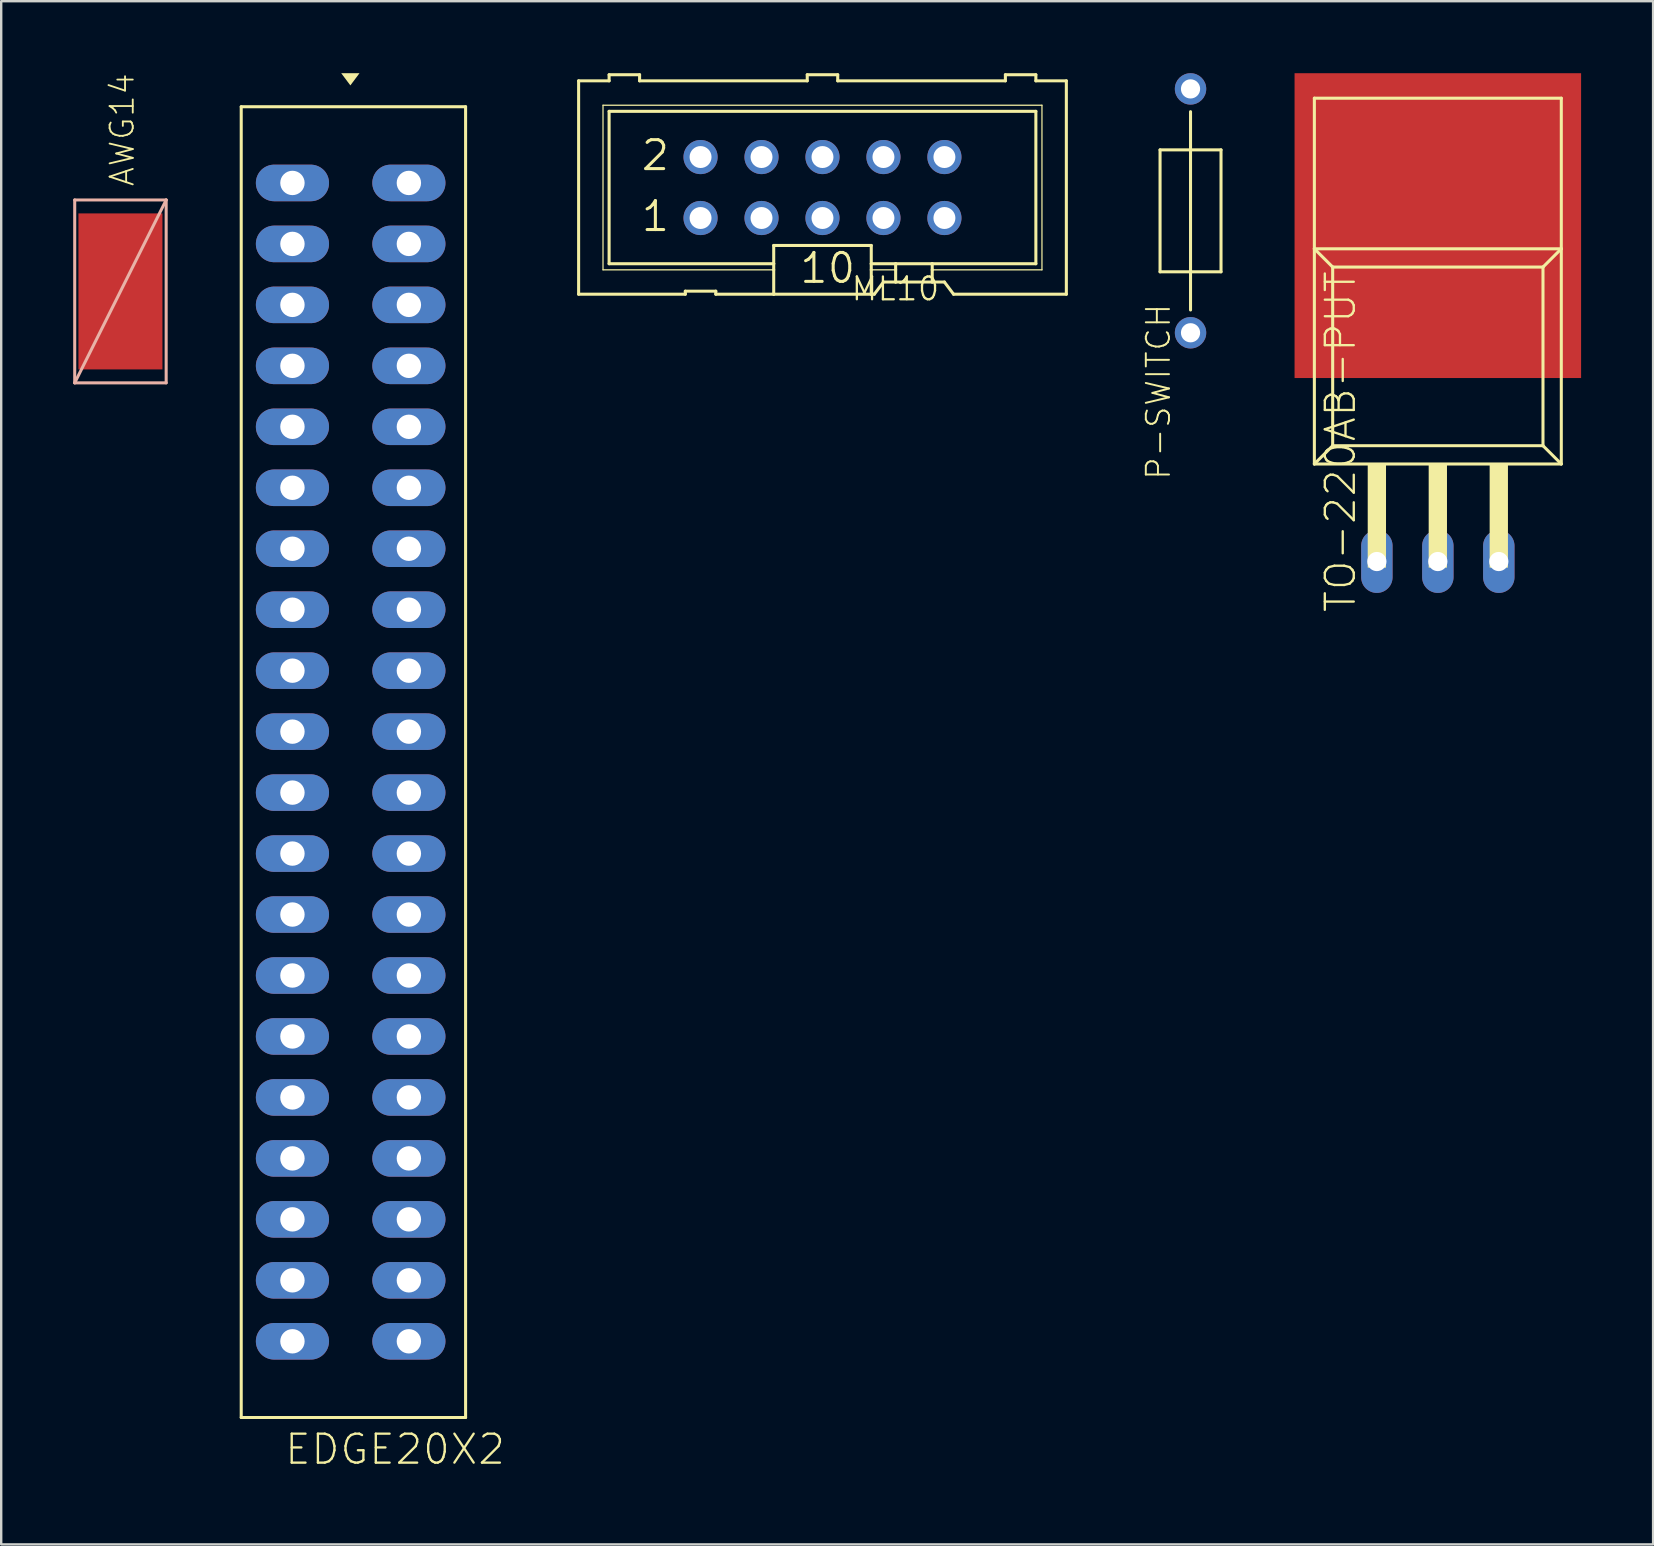
<source format=kicad_pcb>
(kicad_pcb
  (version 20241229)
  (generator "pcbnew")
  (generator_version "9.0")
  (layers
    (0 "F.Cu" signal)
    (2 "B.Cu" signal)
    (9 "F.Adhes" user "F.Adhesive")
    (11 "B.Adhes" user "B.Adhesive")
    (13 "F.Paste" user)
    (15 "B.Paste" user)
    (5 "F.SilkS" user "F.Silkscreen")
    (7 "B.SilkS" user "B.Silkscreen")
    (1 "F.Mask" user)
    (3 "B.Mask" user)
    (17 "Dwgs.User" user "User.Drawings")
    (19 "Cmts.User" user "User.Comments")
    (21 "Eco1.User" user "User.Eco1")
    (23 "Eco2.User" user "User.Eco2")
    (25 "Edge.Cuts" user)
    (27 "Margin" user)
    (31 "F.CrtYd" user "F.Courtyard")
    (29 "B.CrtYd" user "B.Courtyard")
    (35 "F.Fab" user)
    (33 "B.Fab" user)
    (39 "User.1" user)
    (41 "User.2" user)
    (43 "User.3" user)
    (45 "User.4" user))
  (footprint "EDGE20X2"
    (layer "F.Cu")
    (at 11.674 27.432)
    (property "Reference" "EDGE20X2" (at -2.921 30.607 180) (layer "F.SilkS") (effects (font (size 1.206 1.206) (thickness 0.097)) (justify left bottom)))
    (attr through_hole)
    (fp_line (start -4.674 -26.035) (end 4.674 -26.035) (stroke (width 0.127) (type solid)) (layer "F.SilkS"))
    (fp_line (start -4.674 28.575) (end -4.674 -26.035) (stroke (width 0.127) (type solid)) (layer "F.SilkS"))
    (fp_line (start 4.674 -26.035) (end 4.674 28.575) (stroke (width 0.127) (type solid)) (layer "F.SilkS"))
    (fp_line (start 4.674 28.575) (end -4.674 28.575) (stroke (width 0.127) (type solid)) (layer "F.SilkS"))
    (fp_poly (pts (xy -0.508 -27.432) (xy -0.127 -26.924) (xy 0.254 -27.432)) (stroke (width 0) (type solid)) (fill yes) (layer "F.SilkS"))
    (pad "P$1" thru_hole oval (at -2.54 -22.86) (size 3.048 1.524) (drill 1.016) (layers "*.Cu" "*.Mask"))
    (pad "P$2" thru_hole oval (at -2.54 -20.32) (size 3.048 1.524) (drill 1.016) (layers "*.Cu" "*.Mask"))
    (pad "P$3" thru_hole oval (at -2.54 -17.78) (size 3.048 1.524) (drill 1.016) (layers "*.Cu" "*.Mask"))
    (pad "P$4" thru_hole oval (at -2.54 -15.24) (size 3.048 1.524) (drill 1.016) (layers "*.Cu" "*.Mask"))
    (pad "P$5" thru_hole oval (at -2.54 -12.7) (size 3.048 1.524) (drill 1.016) (layers "*.Cu" "*.Mask"))
    (pad "P$6" thru_hole oval (at -2.54 -10.16) (size 3.048 1.524) (drill 1.016) (layers "*.Cu" "*.Mask"))
    (pad "P$7" thru_hole oval (at -2.54 -7.62) (size 3.048 1.524) (drill 1.016) (layers "*.Cu" "*.Mask"))
    (pad "P$8" thru_hole oval (at -2.54 -5.08) (size 3.048 1.524) (drill 1.016) (layers "*.Cu" "*.Mask"))
    (pad "P$9" thru_hole oval (at -2.54 -2.54) (size 3.048 1.524) (drill 1.016) (layers "*.Cu" "*.Mask"))
    (pad "P$10" thru_hole oval (at -2.54 0) (size 3.048 1.524) (drill 1.016) (layers "*.Cu" "*.Mask"))
    (pad "P$11" thru_hole oval (at -2.54 2.54) (size 3.048 1.524) (drill 1.016) (layers "*.Cu" "*.Mask"))
    (pad "P$12" thru_hole oval (at -2.54 5.08) (size 3.048 1.524) (drill 1.016) (layers "*.Cu" "*.Mask"))
    (pad "P$13" thru_hole oval (at -2.54 7.62) (size 3.048 1.524) (drill 1.016) (layers "*.Cu" "*.Mask"))
    (pad "P$14" thru_hole oval (at -2.54 10.16) (size 3.048 1.524) (drill 1.016) (layers "*.Cu" "*.Mask"))
    (pad "P$15" thru_hole oval (at -2.54 12.7) (size 3.048 1.524) (drill 1.016) (layers "*.Cu" "*.Mask"))
    (pad "P$16" thru_hole oval (at -2.54 15.24) (size 3.048 1.524) (drill 1.016) (layers "*.Cu" "*.Mask"))
    (pad "P$17" thru_hole oval (at -2.54 17.78) (size 3.048 1.524) (drill 1.016) (layers "*.Cu" "*.Mask"))
    (pad "P$18" thru_hole oval (at -2.54 20.32) (size 3.048 1.524) (drill 1.016) (layers "*.Cu" "*.Mask"))
    (pad "P$19" thru_hole oval (at -2.54 22.86) (size 3.048 1.524) (drill 1.016) (layers "*.Cu" "*.Mask"))
    (pad "P$20" thru_hole oval (at -2.54 25.4) (size 3.048 1.524) (drill 1.016) (layers "*.Cu" "*.Mask"))
    (pad "P$21" thru_hole oval (at 2.311 25.4) (size 3.048 1.524) (drill 1.016) (layers "*.Cu" "*.Mask"))
    (pad "P$22" thru_hole oval (at 2.311 22.86) (size 3.048 1.524) (drill 1.016) (layers "*.Cu" "*.Mask"))
    (pad "P$23" thru_hole oval (at 2.311 20.32) (size 3.048 1.524) (drill 1.016) (layers "*.Cu" "*.Mask"))
    (pad "P$24" thru_hole oval (at 2.311 17.78) (size 3.048 1.524) (drill 1.016) (layers "*.Cu" "*.Mask"))
    (pad "P$25" thru_hole oval (at 2.311 15.24) (size 3.048 1.524) (drill 1.016) (layers "*.Cu" "*.Mask"))
    (pad "P$26" thru_hole oval (at 2.311 12.7) (size 3.048 1.524) (drill 1.016) (layers "*.Cu" "*.Mask"))
    (pad "P$27" thru_hole oval (at 2.311 10.16) (size 3.048 1.524) (drill 1.016) (layers "*.Cu" "*.Mask"))
    (pad "P$28" thru_hole oval (at 2.311 7.62) (size 3.048 1.524) (drill 1.016) (layers "*.Cu" "*.Mask"))
    (pad "P$29" thru_hole oval (at 2.311 5.08) (size 3.048 1.524) (drill 1.016) (layers "*.Cu" "*.Mask"))
    (pad "P$30" thru_hole oval (at 2.311 2.54) (size 3.048 1.524) (drill 1.016) (layers "*.Cu" "*.Mask"))
    (pad "P$31" thru_hole oval (at 2.311 0) (size 3.048 1.524) (drill 1.016) (layers "*.Cu" "*.Mask"))
    (pad "P$32" thru_hole oval (at 2.311 -2.54) (size 3.048 1.524) (drill 1.016) (layers "*.Cu" "*.Mask"))
    (pad "P$33" thru_hole oval (at 2.311 -5.08) (size 3.048 1.524) (drill 1.016) (layers "*.Cu" "*.Mask"))
    (pad "P$34" thru_hole oval (at 2.311 -7.62) (size 3.048 1.524) (drill 1.016) (layers "*.Cu" "*.Mask"))
    (pad "P$35" thru_hole oval (at 2.311 -10.16) (size 3.048 1.524) (drill 1.016) (layers "*.Cu" "*.Mask"))
    (pad "P$36" thru_hole oval (at 2.311 -12.7) (size 3.048 1.524) (drill 1.016) (layers "*.Cu" "*.Mask"))
    (pad "P$37" thru_hole oval (at 2.311 -15.24) (size 3.048 1.524) (drill 1.016) (layers "*.Cu" "*.Mask"))
    (pad "P$38" thru_hole oval (at 2.311 -17.78) (size 3.048 1.524) (drill 1.016) (layers "*.Cu" "*.Mask"))
    (pad "P$39" thru_hole oval (at 2.311 -20.32) (size 3.048 1.524) (drill 1.016) (layers "*.Cu" "*.Mask"))
    (pad "P$40" thru_hole oval (at 2.311 -22.86) (size 3.048 1.524) (drill 1.016) (layers "*.Cu" "*.Mask")))
  (footprint "TO-220AB-PUT"
    (layer "F.Cu")
    (at 56.854 15.265)
    (property "Reference" "TO-220AB-PUT" (at -3.35 7.27 90) (layer "F.SilkS") (effects (font (size 1.206 1.206) (thickness 0.097)) (justify left bottom)))
    (attr through_hole)
    (fp_line (start -5.144 -14.224) (end -5.144 -7.95) (stroke (width 0.127) (type solid)) (layer "F.SilkS"))
    (fp_line (start -5.144 -7.95) (end -5.144 1.016) (stroke (width 0.127) (type solid)) (layer "F.SilkS"))
    (fp_line (start -5.144 -7.95) (end -4.381 -7.188) (stroke (width 0.127) (type solid)) (layer "F.SilkS"))
    (fp_line (start -5.144 -7.95) (end 5.144 -7.95) (stroke (width 0.127) (type solid)) (layer "F.SilkS"))
    (fp_line (start -5.144 1.016) (end -4.381 0.254) (stroke (width 0.127) (type solid)) (layer "F.SilkS"))
    (fp_line (start -5.144 1.016) (end 5.144 1.016) (stroke (width 0.127) (type solid)) (layer "F.SilkS"))
    (fp_line (start -4.381 -7.188) (end -4.381 0.254) (stroke (width 0.127) (type solid)) (layer "F.SilkS"))
    (fp_line (start -4.381 0.254) (end 4.381 0.254) (stroke (width 0.127) (type solid)) (layer "F.SilkS"))
    (fp_line (start 4.381 -7.188) (end -4.381 -7.188) (stroke (width 0.127) (type solid)) (layer "F.SilkS"))
    (fp_line (start 4.381 0.254) (end 4.381 -7.188) (stroke (width 0.127) (type solid)) (layer "F.SilkS"))
    (fp_line (start 5.144 -14.224) (end -5.144 -14.224) (stroke (width 0.127) (type solid)) (layer "F.SilkS"))
    (fp_line (start 5.144 -7.95) (end 4.381 -7.188) (stroke (width 0.127) (type solid)) (layer "F.SilkS"))
    (fp_line (start 5.144 -7.95) (end 5.144 -14.224) (stroke (width 0.127) (type solid)) (layer "F.SilkS"))
    (fp_line (start 5.144 1.016) (end 4.381 0.254) (stroke (width 0.127) (type solid)) (layer "F.SilkS"))
    (fp_line (start 5.144 1.016) (end 5.144 -7.95) (stroke (width 0.127) (type solid)) (layer "F.SilkS"))
    (fp_poly (pts (xy -2.921 5.334) (xy -2.159 5.334) (xy -2.159 1.016) (xy -2.921 1.016)) (stroke (width 0) (type solid)) (fill yes) (layer "F.SilkS"))
    (fp_poly (pts (xy -0.381 5.334) (xy 0.381 5.334) (xy 0.381 1.016) (xy -0.381 1.016)) (stroke (width 0) (type solid)) (fill yes) (layer "F.SilkS"))
    (fp_poly (pts (xy 2.159 5.334) (xy 2.921 5.334) (xy 2.921 1.016) (xy 2.159 1.016)) (stroke (width 0) (type solid)) (fill yes) (layer "F.SilkS"))
    (pad "D" thru_hole oval (at 0 5.08 90) (size 2.616 1.308) (drill 0.8) (layers "*.Cu" "*.Mask"))
    (pad "G" thru_hole oval (at -2.54 5.08 90) (size 2.616 1.308) (drill 0.8) (layers "*.Cu" "*.Mask"))
    (pad "P$1" smd rect (at 0 -8.915 90) (size 12.7 11.938) (layers "F.Cu" "F.Mask" "F.Paste"))
    (pad "S" thru_hole oval (at 2.54 5.08 90) (size 2.616 1.308) (drill 0.8) (layers "*.Cu" "*.Mask")))
  (footprint "P-SWITCH"
    (layer "F.Cu")
    (at 46.551 8.274)
    (property "Reference" "P-SWITCH" (at -1.905 1.27 90) (layer "F.SilkS") (effects (font (size 0.965 0.965) (thickness 0.081)) (justify right top)))
    (attr through_hole)
    (fp_line (start -1.27 -5.08) (end -1.27 0) (stroke (width 0.127) (type solid)) (layer "F.SilkS"))
    (fp_line (start -1.27 0) (end 1.27 0) (stroke (width 0.127) (type solid)) (layer "F.SilkS"))
    (fp_line (start 0 1.591) (end 0 -6.671) (stroke (width 0.127) (type solid)) (layer "F.SilkS"))
    (fp_line (start 1.27 -5.08) (end -1.27 -5.08) (stroke (width 0.127) (type solid)) (layer "F.SilkS"))
    (fp_line (start 1.27 0) (end 1.27 -5.08) (stroke (width 0.127) (type solid)) (layer "F.SilkS"))
    (pad "P$1" thru_hole circle (at 0 2.54) (size 1.308 1.308) (drill 0.8) (layers "*.Cu" "*.Mask"))
    (pad "P$2" thru_hole circle (at 0 -7.62) (size 1.308 1.308) (drill 0.8) (layers "*.Cu" "*.Mask")))
  (footprint "AWG14"
    (layer "F.Cu")
    (at 1.968 9.091)
    (property "Reference" "AWG14" (at 0.635 -4.318 270) (layer "F.SilkS") (effects (font (size 0.965 0.965) (thickness 0.077)) (justify left bottom)))
    (attr through_hole)
    (fp_line (start -1.905 -3.81) (end -1.905 3.81) (stroke (width 0.127) (type solid)) (layer "B.SilkS"))
    (fp_line (start -1.905 3.81) (end 1.905 3.81) (stroke (width 0.127) (type solid)) (layer "B.SilkS"))
    (fp_line (start 1.905 -3.81) (end -1.905 -3.81) (stroke (width 0.127) (type solid)) (layer "B.SilkS"))
    (fp_line (start 1.905 -3.81) (end -1.905 3.81) (stroke (width 0.127) (type solid)) (layer "B.SilkS"))
    (fp_line (start 1.905 3.81) (end 1.905 -3.81) (stroke (width 0.127) (type solid)) (layer "B.SilkS"))
    (pad "P$1" smd rect (at 0 0 90) (size 6.5 3.5) (layers "F.Cu" "F.Mask" "F.Paste")))
  (footprint "ML10"
    (layer "F.Cu")
    (at 31.217 4.763)
    (property "Reference" "ML10" (at 1.143 4.776 180) (layer "F.SilkS") (effects (font (size 0.95 0.95) (thickness 0.095)) (justify left bottom)))
    (attr through_hole)
    (fp_line (start -10.16 -4.445) (end -10.16 4.445) (stroke (width 0.127) (type solid)) (layer "F.SilkS"))
    (fp_line (start -10.16 -4.445) (end -8.89 -4.445) (stroke (width 0.127) (type solid)) (layer "F.SilkS"))
    (fp_line (start -9.144 -3.429) (end -9.144 3.429) (stroke (width 0.051) (type solid)) (layer "F.SilkS"))
    (fp_line (start -9.144 3.429) (end -2.032 3.429) (stroke (width 0.051) (type solid)) (layer "F.SilkS"))
    (fp_line (start -8.89 -4.699) (end -8.89 -4.445) (stroke (width 0.127) (type solid)) (layer "F.SilkS"))
    (fp_line (start -8.89 -3.175) (end -8.89 3.175) (stroke (width 0.127) (type solid)) (layer "F.SilkS"))
    (fp_line (start -8.89 -3.175) (end 8.89 -3.175) (stroke (width 0.127) (type solid)) (layer "F.SilkS"))
    (fp_line (start -7.62 -4.699) (end -8.89 -4.699) (stroke (width 0.127) (type solid)) (layer "F.SilkS"))
    (fp_line (start -7.62 -4.699) (end -7.62 -4.445) (stroke (width 0.127) (type solid)) (layer "F.SilkS"))
    (fp_line (start -7.62 -4.445) (end -0.635 -4.445) (stroke (width 0.127) (type solid)) (layer "F.SilkS"))
    (fp_line (start -5.715 4.445) (end -10.16 4.445) (stroke (width 0.127) (type solid)) (layer "F.SilkS"))
    (fp_line (start -5.715 4.445) (end -5.715 4.318) (stroke (width 0.127) (type solid)) (layer "F.SilkS"))
    (fp_line (start -4.445 4.318) (end -5.715 4.318) (stroke (width 0.127) (type solid)) (layer "F.SilkS"))
    (fp_line (start -4.445 4.318) (end -4.445 4.445) (stroke (width 0.127) (type solid)) (layer "F.SilkS"))
    (fp_line (start -2.032 3.175) (end -8.89 3.175) (stroke (width 0.127) (type solid)) (layer "F.SilkS"))
    (fp_line (start -2.032 3.175) (end -2.032 2.413) (stroke (width 0.127) (type solid)) (layer "F.SilkS"))
    (fp_line (start -2.032 3.175) (end -2.032 3.429) (stroke (width 0.127) (type solid)) (layer "F.SilkS"))
    (fp_line (start -2.032 3.429) (end -2.032 4.445) (stroke (width 0.127) (type solid)) (layer "F.SilkS"))
    (fp_line (start -2.032 4.445) (end -4.445 4.445) (stroke (width 0.127) (type solid)) (layer "F.SilkS"))
    (fp_line (start -0.635 -4.699) (end -0.635 -4.445) (stroke (width 0.127) (type solid)) (layer "F.SilkS"))
    (fp_line (start 0.635 -4.699) (end -0.635 -4.699) (stroke (width 0.127) (type solid)) (layer "F.SilkS"))
    (fp_line (start 0.635 -4.699) (end 0.635 -4.445) (stroke (width 0.127) (type solid)) (layer "F.SilkS"))
    (fp_line (start 0.635 -4.445) (end 7.62 -4.445) (stroke (width 0.127) (type solid)) (layer "F.SilkS"))
    (fp_line (start 2.032 2.413) (end -2.032 2.413) (stroke (width 0.127) (type solid)) (layer "F.SilkS"))
    (fp_line (start 2.032 2.413) (end 2.032 3.175) (stroke (width 0.127) (type solid)) (layer "F.SilkS"))
    (fp_line (start 2.032 3.175) (end 2.032 3.429) (stroke (width 0.127) (type solid)) (layer "F.SilkS"))
    (fp_line (start 2.032 3.429) (end 2.032 4.445) (stroke (width 0.127) (type solid)) (layer "F.SilkS"))
    (fp_line (start 2.032 4.445) (end -2.032 4.445) (stroke (width 0.127) (type solid)) (layer "F.SilkS"))
    (fp_line (start 2.159 4.445) (end 2.032 4.445) (stroke (width 0.127) (type solid)) (layer "F.SilkS"))
    (fp_line (start 2.159 4.445) (end 2.54 3.937) (stroke (width 0.127) (type solid)) (layer "F.SilkS"))
    (fp_line (start 3.048 3.175) (end 2.032 3.175) (stroke (width 0.127) (type solid)) (layer "F.SilkS"))
    (fp_line (start 3.048 3.175) (end 3.048 3.429) (stroke (width 0.127) (type solid)) (layer "F.SilkS"))
    (fp_line (start 3.048 3.429) (end 2.032 3.429) (stroke (width 0.051) (type solid)) (layer "F.SilkS"))
    (fp_line (start 3.048 3.429) (end 3.048 3.937) (stroke (width 0.127) (type solid)) (layer "F.SilkS"))
    (fp_line (start 3.048 3.937) (end 2.54 3.937) (stroke (width 0.127) (type solid)) (layer "F.SilkS"))
    (fp_line (start 4.572 3.175) (end 3.048 3.175) (stroke (width 0.127) (type solid)) (layer "F.SilkS"))
    (fp_line (start 4.572 3.175) (end 4.572 3.429) (stroke (width 0.127) (type solid)) (layer "F.SilkS"))
    (fp_line (start 4.572 3.429) (end 4.572 3.937) (stroke (width 0.127) (type solid)) (layer "F.SilkS"))
    (fp_line (start 4.572 3.429) (end 9.144 3.429) (stroke (width 0.051) (type solid)) (layer "F.SilkS"))
    (fp_line (start 4.572 3.937) (end 3.048 3.937) (stroke (width 0.127) (type solid)) (layer "F.SilkS"))
    (fp_line (start 5.08 3.937) (end 4.572 3.937) (stroke (width 0.127) (type solid)) (layer "F.SilkS"))
    (fp_line (start 5.08 3.937) (end 5.461 4.445) (stroke (width 0.127) (type solid)) (layer "F.SilkS"))
    (fp_line (start 7.62 -4.445) (end 7.62 -4.699) (stroke (width 0.127) (type solid)) (layer "F.SilkS"))
    (fp_line (start 8.89 -4.699) (end 7.62 -4.699) (stroke (width 0.127) (type solid)) (layer "F.SilkS"))
    (fp_line (start 8.89 -4.445) (end 8.89 -4.699) (stroke (width 0.127) (type solid)) (layer "F.SilkS"))
    (fp_line (start 8.89 -4.445) (end 10.16 -4.445) (stroke (width 0.127) (type solid)) (layer "F.SilkS"))
    (fp_line (start 8.89 3.175) (end 4.572 3.175) (stroke (width 0.127) (type solid)) (layer "F.SilkS"))
    (fp_line (start 8.89 3.175) (end 8.89 -3.175) (stroke (width 0.127) (type solid)) (layer "F.SilkS"))
    (fp_line (start 9.144 -3.429) (end -9.144 -3.429) (stroke (width 0.051) (type solid)) (layer "F.SilkS"))
    (fp_line (start 9.144 3.429) (end 9.144 -3.429) (stroke (width 0.051) (type solid)) (layer "F.SilkS"))
    (fp_line (start 10.16 4.445) (end 5.461 4.445) (stroke (width 0.127) (type solid)) (layer "F.SilkS"))
    (fp_line (start 10.16 4.445) (end 10.16 -4.445) (stroke (width 0.127) (type solid)) (layer "F.SilkS"))
    (fp_poly (pts (xy -5.334 -1.016) (xy -4.826 -1.016) (xy -4.826 -1.524) (xy -5.334 -1.524)) (stroke (width 0.1) (type solid)) (fill no) (layer "F.Fab"))
    (fp_poly (pts (xy -5.334 1.524) (xy -4.826 1.524) (xy -4.826 1.016) (xy -5.334 1.016)) (stroke (width 0.1) (type solid)) (fill no) (layer "F.Fab"))
    (fp_poly (pts (xy -2.794 -1.016) (xy -2.286 -1.016) (xy -2.286 -1.524) (xy -2.794 -1.524)) (stroke (width 0.1) (type solid)) (fill no) (layer "F.Fab"))
    (fp_poly (pts (xy -2.794 1.524) (xy -2.286 1.524) (xy -2.286 1.016) (xy -2.794 1.016)) (stroke (width 0.1) (type solid)) (fill no) (layer "F.Fab"))
    (fp_poly (pts (xy -0.254 -1.016) (xy 0.254 -1.016) (xy 0.254 -1.524) (xy -0.254 -1.524)) (stroke (width 0.1) (type solid)) (fill no) (layer "F.Fab"))
    (fp_poly (pts (xy -0.254 1.524) (xy 0.254 1.524) (xy 0.254 1.016) (xy -0.254 1.016)) (stroke (width 0.1) (type solid)) (fill no) (layer "F.Fab"))
    (fp_poly (pts (xy 2.286 -1.016) (xy 2.794 -1.016) (xy 2.794 -1.524) (xy 2.286 -1.524)) (stroke (width 0.1) (type solid)) (fill no) (layer "F.Fab"))
    (fp_poly (pts (xy 2.286 1.524) (xy 2.794 1.524) (xy 2.794 1.016) (xy 2.286 1.016)) (stroke (width 0.1) (type solid)) (fill no) (layer "F.Fab"))
    (fp_poly (pts (xy 4.826 -1.016) (xy 5.334 -1.016) (xy 5.334 -1.524) (xy 4.826 -1.524)) (stroke (width 0.1) (type solid)) (fill no) (layer "F.Fab"))
    (fp_poly (pts (xy 4.826 1.524) (xy 5.334 1.524) (xy 5.334 1.016) (xy 4.826 1.016)) (stroke (width 0.1) (type solid)) (fill no) (layer "F.Fab"))
    (fp_text user "10" (at -1.016 4.064 0) (layer "F.SilkS") (effects (font (size 1.206 1.206) (thickness 0.127)) (justify left bottom)))
    (fp_text user "2" (at -7.62 -0.635 0) (layer "F.SilkS") (effects (font (size 1.206 1.206) (thickness 0.127)) (justify left bottom)))
    (fp_text user "1" (at -7.62 1.905 0) (layer "F.SilkS") (effects (font (size 1.206 1.206) (thickness 0.127)) (justify left bottom)))
    (pad "1" thru_hole circle (at -5.08 1.27) (size 1.422 1.422) (drill 0.914) (layers "*.Cu" "*.Mask"))
    (pad "2" thru_hole circle (at -5.08 -1.27) (size 1.422 1.422) (drill 0.914) (layers "*.Cu" "*.Mask"))
    (pad "3" thru_hole circle (at -2.54 1.27) (size 1.422 1.422) (drill 0.914) (layers "*.Cu" "*.Mask"))
    (pad "4" thru_hole circle (at -2.54 -1.27) (size 1.422 1.422) (drill 0.914) (layers "*.Cu" "*.Mask"))
    (pad "5" thru_hole circle (at 0 1.27) (size 1.422 1.422) (drill 0.914) (layers "*.Cu" "*.Mask"))
    (pad "6" thru_hole circle (at 0 -1.27) (size 1.422 1.422) (drill 0.914) (layers "*.Cu" "*.Mask"))
    (pad "7" thru_hole circle (at 2.54 1.27) (size 1.422 1.422) (drill 0.914) (layers "*.Cu" "*.Mask"))
    (pad "8" thru_hole circle (at 2.54 -1.27) (size 1.422 1.422) (drill 0.914) (layers "*.Cu" "*.Mask"))
    (pad "9" thru_hole circle (at 5.08 1.27) (size 1.422 1.422) (drill 0.914) (layers "*.Cu" "*.Mask"))
    (pad "10" thru_hole circle (at 5.08 -1.27) (size 1.422 1.422) (drill 0.914) (layers "*.Cu" "*.Mask")))
  (gr_rect
    (start -3 -3)
    (end 65.823 61.293)
    (stroke (width 0.1) (type default))
    (fill no)
    (layer "Edge.Cuts")))
</source>
